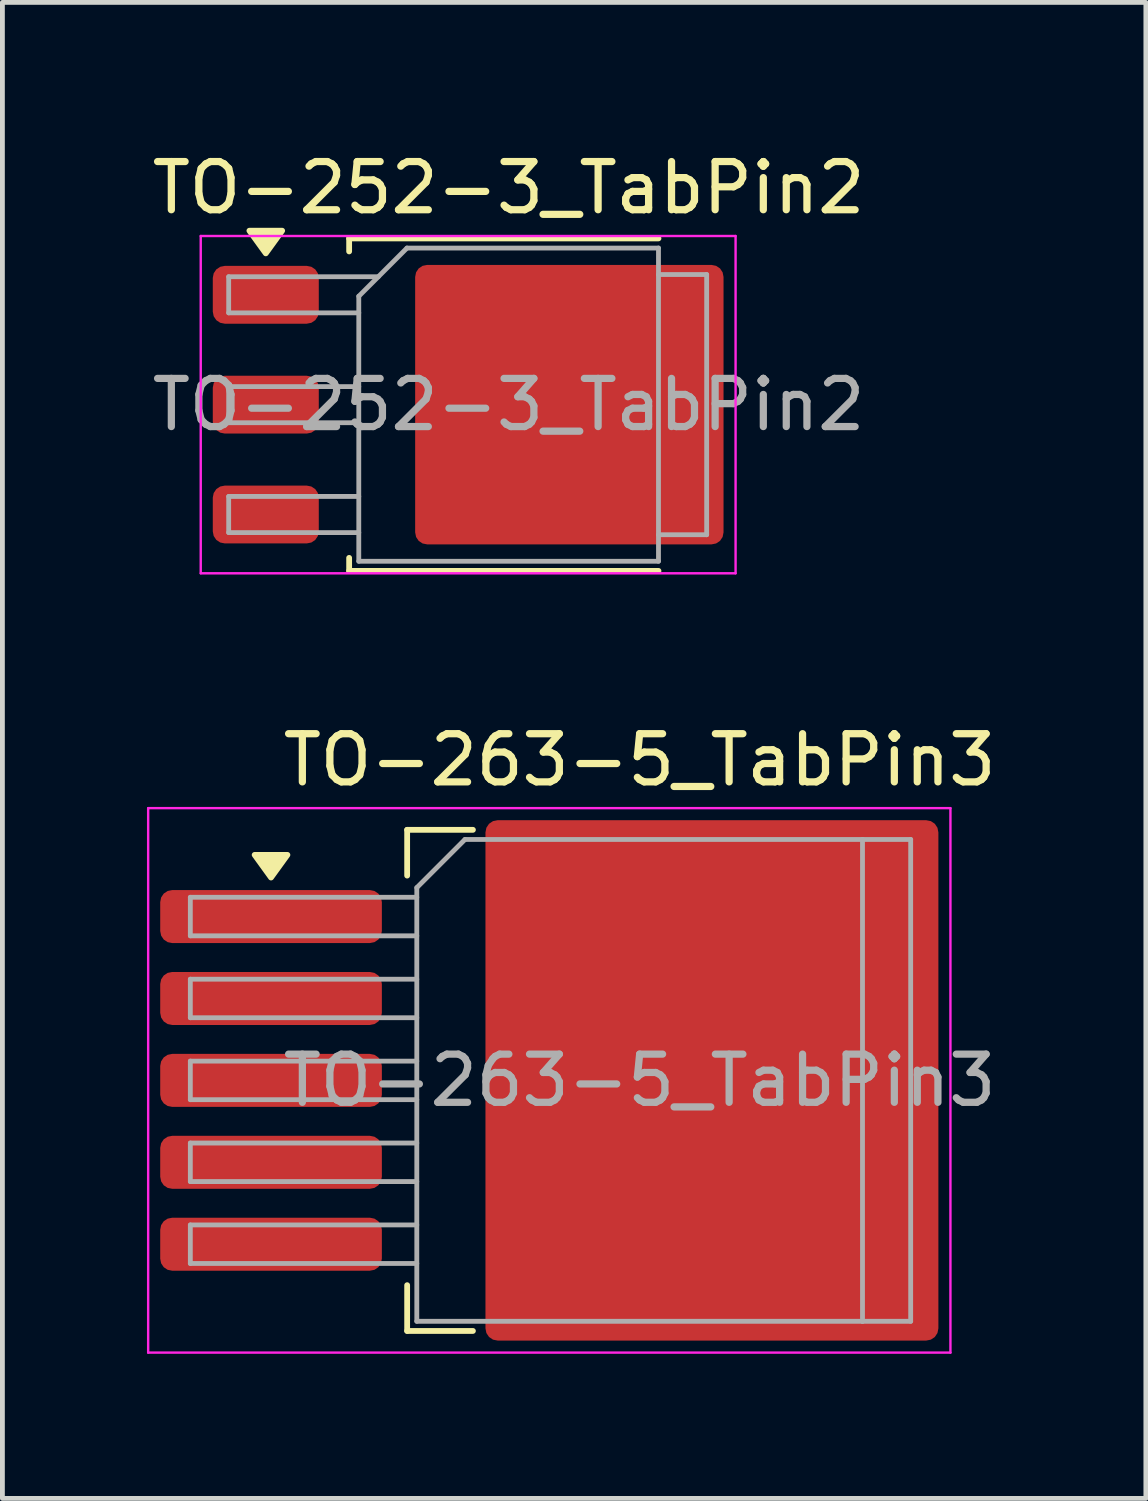
<source format=kicad_pcb>
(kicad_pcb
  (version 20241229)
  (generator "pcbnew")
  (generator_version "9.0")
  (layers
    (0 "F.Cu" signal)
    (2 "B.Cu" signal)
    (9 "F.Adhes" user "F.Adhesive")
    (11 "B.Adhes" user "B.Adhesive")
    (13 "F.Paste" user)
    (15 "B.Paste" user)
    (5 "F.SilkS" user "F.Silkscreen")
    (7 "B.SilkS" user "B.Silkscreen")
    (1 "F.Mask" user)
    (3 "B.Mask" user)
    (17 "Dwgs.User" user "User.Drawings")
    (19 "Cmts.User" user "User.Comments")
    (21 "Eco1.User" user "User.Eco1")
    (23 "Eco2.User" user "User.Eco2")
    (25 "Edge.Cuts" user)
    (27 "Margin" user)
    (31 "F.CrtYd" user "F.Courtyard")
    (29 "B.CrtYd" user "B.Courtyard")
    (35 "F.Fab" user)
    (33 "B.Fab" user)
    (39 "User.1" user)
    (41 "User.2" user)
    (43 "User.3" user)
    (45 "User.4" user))
  (footprint "TO-252-3_TabPin2"
    (layer "F.Cu")
    (at 7.506 5.348)
    (property "Reference" "TO-252-3_TabPin2" (at 0 -4.5 0) (layer "F.SilkS") (effects (font (size 1 1) (thickness 0.15))))
    (attr smd)
    (fp_line (start -3.31 -3.45) (end -3.31 -3.18) (stroke (width 0.12) (type solid)) (layer "F.SilkS"))
    (fp_line (start -3.31 3.45) (end -3.31 3.18) (stroke (width 0.12) (type solid)) (layer "F.SilkS"))
    (fp_line (start 3.11 -3.45) (end -3.31 -3.45) (stroke (width 0.12) (type solid)) (layer "F.SilkS"))
    (fp_line (start 3.11 3.45) (end -3.31 3.45) (stroke (width 0.12) (type solid)) (layer "F.SilkS"))
    (fp_poly (pts (xy -5.04 -3.14) (xy -5.38 -3.61) (xy -4.7 -3.61) (xy -5.04 -3.14)) (stroke (width 0.12) (type solid)) (fill yes) (layer "F.SilkS"))
    (fp_line (start -6.39 -3.5) (end -6.39 3.5) (stroke (width 0.05) (type solid)) (layer "F.CrtYd"))
    (fp_line (start -6.39 3.5) (end 4.71 3.5) (stroke (width 0.05) (type solid)) (layer "F.CrtYd"))
    (fp_line (start 4.71 -3.5) (end -6.39 -3.5) (stroke (width 0.05) (type solid)) (layer "F.CrtYd"))
    (fp_line (start 4.71 3.5) (end 4.71 -3.5) (stroke (width 0.05) (type solid)) (layer "F.CrtYd"))
    (fp_line (start -5.81 -2.655) (end -5.81 -1.905) (stroke (width 0.1) (type solid)) (layer "F.Fab"))
    (fp_line (start -5.81 -1.905) (end -3.11 -1.905) (stroke (width 0.1) (type solid)) (layer "F.Fab"))
    (fp_line (start -5.81 -0.375) (end -5.81 0.375) (stroke (width 0.1) (type solid)) (layer "F.Fab"))
    (fp_line (start -5.81 0.375) (end -3.11 0.375) (stroke (width 0.1) (type solid)) (layer "F.Fab"))
    (fp_line (start -5.81 1.905) (end -5.81 2.655) (stroke (width 0.1) (type solid)) (layer "F.Fab"))
    (fp_line (start -5.81 2.655) (end -3.11 2.655) (stroke (width 0.1) (type solid)) (layer "F.Fab"))
    (fp_line (start -3.11 -2.25) (end -2.11 -3.25) (stroke (width 0.1) (type solid)) (layer "F.Fab"))
    (fp_line (start -3.11 -0.375) (end -5.81 -0.375) (stroke (width 0.1) (type solid)) (layer "F.Fab"))
    (fp_line (start -3.11 1.905) (end -5.81 1.905) (stroke (width 0.1) (type solid)) (layer "F.Fab"))
    (fp_line (start -3.11 3.25) (end -3.11 -2.25) (stroke (width 0.1) (type solid)) (layer "F.Fab"))
    (fp_line (start -2.705 -2.655) (end -5.81 -2.655) (stroke (width 0.1) (type solid)) (layer "F.Fab"))
    (fp_line (start -2.11 -3.25) (end 3.11 -3.25) (stroke (width 0.1) (type solid)) (layer "F.Fab"))
    (fp_line (start 3.11 -3.25) (end 3.11 3.25) (stroke (width 0.1) (type solid)) (layer "F.Fab"))
    (fp_line (start 3.11 -2.7) (end 4.11 -2.7) (stroke (width 0.1) (type solid)) (layer "F.Fab"))
    (fp_line (start 3.11 3.25) (end -3.11 3.25) (stroke (width 0.1) (type solid)) (layer "F.Fab"))
    (fp_line (start 4.11 -2.7) (end 4.11 2.7) (stroke (width 0.1) (type solid)) (layer "F.Fab"))
    (fp_line (start 4.11 2.7) (end 3.11 2.7) (stroke (width 0.1) (type solid)) (layer "F.Fab"))
    (fp_text user "${REFERENCE}" (at 0 0 0) (layer "F.Fab") (effects (font (size 1 1) (thickness 0.15))))
    (pad "1" smd roundrect (at -5.04 -2.28) (size 2.2 1.2) (layers "F.Cu" "F.Mask" "F.Paste") (roundrect_rratio 0.208))
    (pad "2" smd roundrect (at -5.04 0) (size 2.2 1.2) (layers "F.Cu" "F.Mask" "F.Paste") (roundrect_rratio 0.208))
    (pad "2" smd roundrect (at 1.26 0) (size 6.4 5.8) (layers "F.Cu" "F.Mask") (roundrect_rratio 0.043))
    (pad "3" smd roundrect (at -5.04 2.28) (size 2.2 1.2) (layers "F.Cu" "F.Mask" "F.Paste") (roundrect_rratio 0.208)))
  (footprint "TO-263-5_TabPin3"
    (layer "F.Cu")
    (at 10.225 19.372)
    (property "Reference" "TO-263-5_TabPin3" (at 0 -6.65 0) (layer "F.SilkS") (effects (font (size 1 1) (thickness 0.15))))
    (attr smd)
    (fp_line (start -4.825 -5.2) (end -4.825 -4.25) (stroke (width 0.12) (type solid)) (layer "F.SilkS"))
    (fp_line (start -4.825 5.2) (end -4.825 4.25) (stroke (width 0.12) (type solid)) (layer "F.SilkS"))
    (fp_line (start -3.46 -5.2) (end -4.825 -5.2) (stroke (width 0.12) (type solid)) (layer "F.SilkS"))
    (fp_line (start -3.46 5.2) (end -4.825 5.2) (stroke (width 0.12) (type solid)) (layer "F.SilkS"))
    (fp_poly (pts (xy -7.65 -4.21) (xy -7.99 -4.68) (xy -7.31 -4.68) (xy -7.65 -4.21)) (stroke (width 0.12) (type solid)) (fill yes) (layer "F.SilkS"))
    (fp_line (start -10.2 -5.65) (end -10.2 5.65) (stroke (width 0.05) (type solid)) (layer "F.CrtYd"))
    (fp_line (start -10.2 5.65) (end 6.45 5.65) (stroke (width 0.05) (type solid)) (layer "F.CrtYd"))
    (fp_line (start 6.45 -5.65) (end -10.2 -5.65) (stroke (width 0.05) (type solid)) (layer "F.CrtYd"))
    (fp_line (start 6.45 5.65) (end 6.45 -5.65) (stroke (width 0.05) (type solid)) (layer "F.CrtYd"))
    (fp_line (start -9.325 -3.8) (end -9.325 -3) (stroke (width 0.1) (type solid)) (layer "F.Fab"))
    (fp_line (start -9.325 -3) (end -4.625 -3) (stroke (width 0.1) (type solid)) (layer "F.Fab"))
    (fp_line (start -9.325 -2.1) (end -9.325 -1.3) (stroke (width 0.1) (type solid)) (layer "F.Fab"))
    (fp_line (start -9.325 -1.3) (end -4.625 -1.3) (stroke (width 0.1) (type solid)) (layer "F.Fab"))
    (fp_line (start -9.325 -0.4) (end -9.325 0.4) (stroke (width 0.1) (type solid)) (layer "F.Fab"))
    (fp_line (start -9.325 0.4) (end -4.625 0.4) (stroke (width 0.1) (type solid)) (layer "F.Fab"))
    (fp_line (start -9.325 1.3) (end -9.325 2.1) (stroke (width 0.1) (type solid)) (layer "F.Fab"))
    (fp_line (start -9.325 2.1) (end -4.625 2.1) (stroke (width 0.1) (type solid)) (layer "F.Fab"))
    (fp_line (start -9.325 3) (end -9.325 3.8) (stroke (width 0.1) (type solid)) (layer "F.Fab"))
    (fp_line (start -9.325 3.8) (end -4.625 3.8) (stroke (width 0.1) (type solid)) (layer "F.Fab"))
    (fp_line (start -4.625 -4) (end -3.625 -5) (stroke (width 0.1) (type solid)) (layer "F.Fab"))
    (fp_line (start -4.625 -3.8) (end -9.325 -3.8) (stroke (width 0.1) (type solid)) (layer "F.Fab"))
    (fp_line (start -4.625 -2.1) (end -9.325 -2.1) (stroke (width 0.1) (type solid)) (layer "F.Fab"))
    (fp_line (start -4.625 -0.4) (end -9.325 -0.4) (stroke (width 0.1) (type solid)) (layer "F.Fab"))
    (fp_line (start -4.625 1.3) (end -9.325 1.3) (stroke (width 0.1) (type solid)) (layer "F.Fab"))
    (fp_line (start -4.625 3) (end -9.325 3) (stroke (width 0.1) (type solid)) (layer "F.Fab"))
    (fp_line (start -4.625 5) (end -4.625 -4) (stroke (width 0.1) (type solid)) (layer "F.Fab"))
    (fp_line (start -3.625 -5) (end 4.625 -5) (stroke (width 0.1) (type solid)) (layer "F.Fab"))
    (fp_line (start 4.625 -5) (end 4.625 5) (stroke (width 0.1) (type solid)) (layer "F.Fab"))
    (fp_line (start 4.625 -5) (end 5.625 -5) (stroke (width 0.1) (type solid)) (layer "F.Fab"))
    (fp_line (start 4.625 5) (end -4.625 5) (stroke (width 0.1) (type solid)) (layer "F.Fab"))
    (fp_line (start 5.625 -5) (end 5.625 5) (stroke (width 0.1) (type solid)) (layer "F.Fab"))
    (fp_line (start 5.625 5) (end 4.625 5) (stroke (width 0.1) (type solid)) (layer "F.Fab"))
    (fp_text user "${REFERENCE}" (at 0 0 0) (layer "F.Fab") (effects (font (size 1 1) (thickness 0.15))))
    (pad "1" smd roundrect (at -7.65 -3.4) (size 4.6 1.1) (layers "F.Cu" "F.Mask" "F.Paste") (roundrect_rratio 0.227))
    (pad "2" smd roundrect (at -7.65 -1.7) (size 4.6 1.1) (layers "F.Cu" "F.Mask" "F.Paste") (roundrect_rratio 0.227))
    (pad "3" smd roundrect (at -7.65 0) (size 4.6 1.1) (layers "F.Cu" "F.Mask" "F.Paste") (roundrect_rratio 0.227))
    (pad "3" smd roundrect (at 1.5 0) (size 9.4 10.8) (layers "F.Cu" "F.Mask") (roundrect_rratio 0.027))
    (pad "4" smd roundrect (at -7.65 1.7) (size 4.6 1.1) (layers "F.Cu" "F.Mask" "F.Paste") (roundrect_rratio 0.227))
    (pad "5" smd roundrect (at -7.65 3.4) (size 4.6 1.1) (layers "F.Cu" "F.Mask" "F.Paste") (roundrect_rratio 0.227)))
  (gr_rect
    (start -3 -3)
    (end 20.731 28.047)
    (stroke (width 0.1) (type default))
    (fill no)
    (layer "Edge.Cuts")))
</source>
